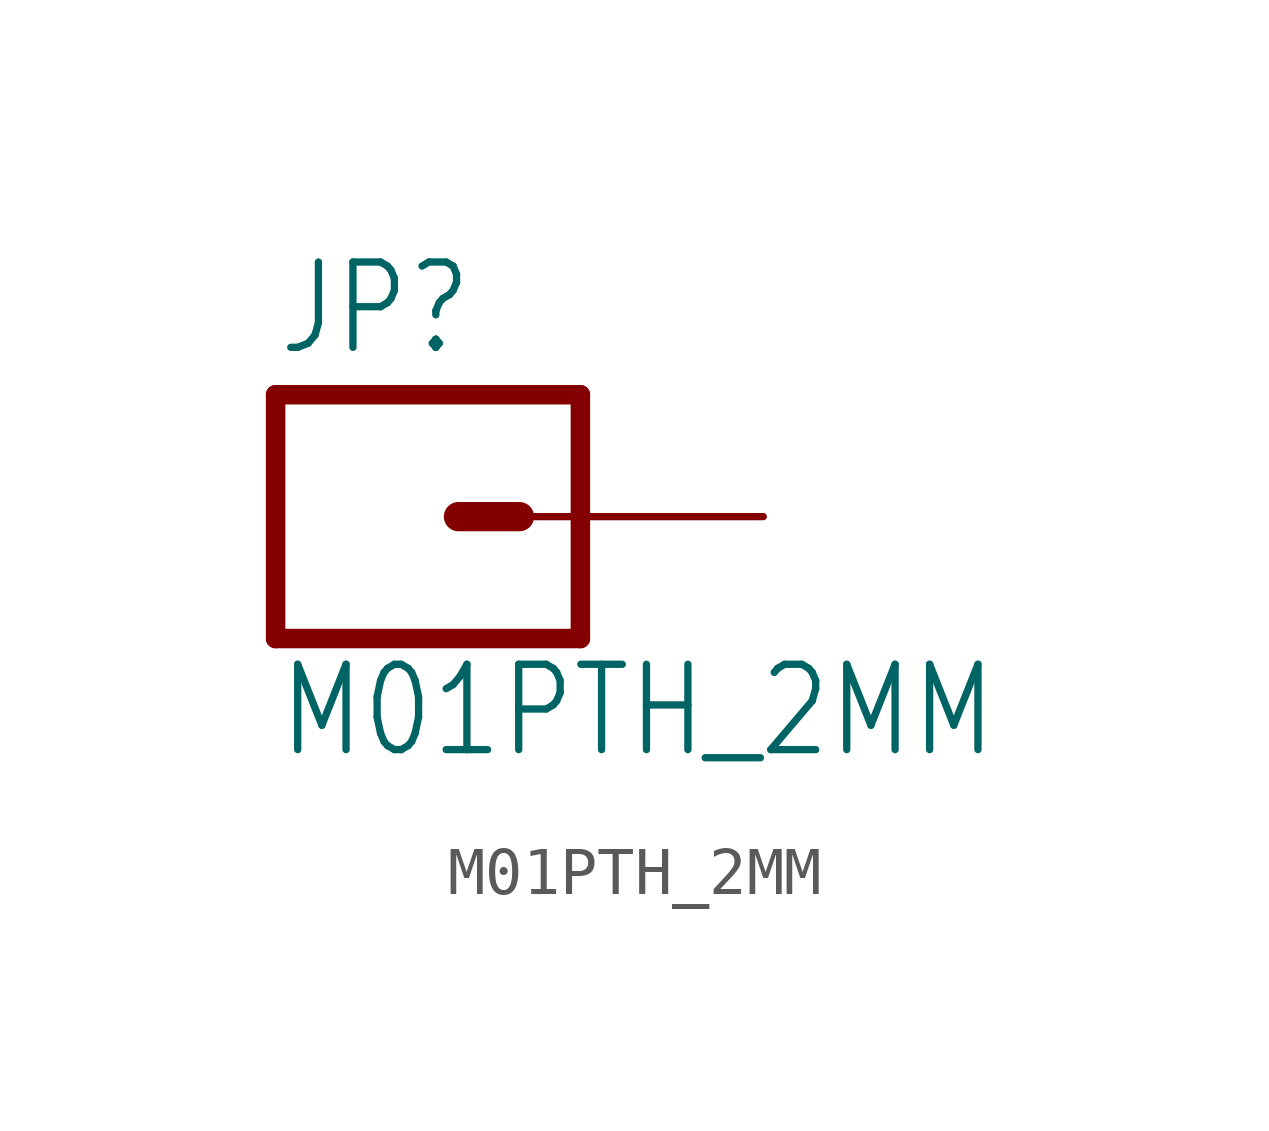
<source format=kicad_sym>
(kicad_symbol_lib
  (version 20211014)
  (generator kicad_symbol_editor)
  (symbol "M01PTH_2MM"
    (property "Reference" "JP"
      (at -2.54 3.302 0)
      (effects (font (size 1.778 1.511)) (justify left bottom)))
    (property "Value" "M01PTH_2MM"
      (at -2.54 -5.08 0)
      (effects (font (size 1.778 1.511)) (justify left bottom)))
    (property "ki_locked" ""
      (at 0 0 0)
      (effects (font (size 1.27 1.27))))
    (symbol "M01PTH_2MM_1_0"
      (polyline (pts (xy -2.54 2.54) (xy -2.54 -2.54)) (stroke (width 0.406) (type default) (color 0 0 0 0)) (fill (type none)))
      (polyline (pts (xy -2.54 2.54) (xy 3.81 2.54)) (stroke (width 0.406) (type default) (color 0 0 0 0)) (fill (type none)))
      (polyline (pts (xy 1.27 0) (xy 2.54 0)) (stroke (width 0.61) (type default) (color 0 0 0 0)) (fill (type none)))
      (polyline (pts (xy 3.81 -2.54) (xy -2.54 -2.54)) (stroke (width 0.406) (type default) (color 0 0 0 0)) (fill (type none)))
      (polyline (pts (xy 3.81 -2.54) (xy 3.81 2.54)) (stroke (width 0.406) (type default) (color 0 0 0 0)) (fill (type none)))
      (pin passive line (at 7.62 0 180) (length 5.08) (name "1" (effects (font (size 0 0)))) (number "1" (effects (font (size 0 0))))))))
</source>
